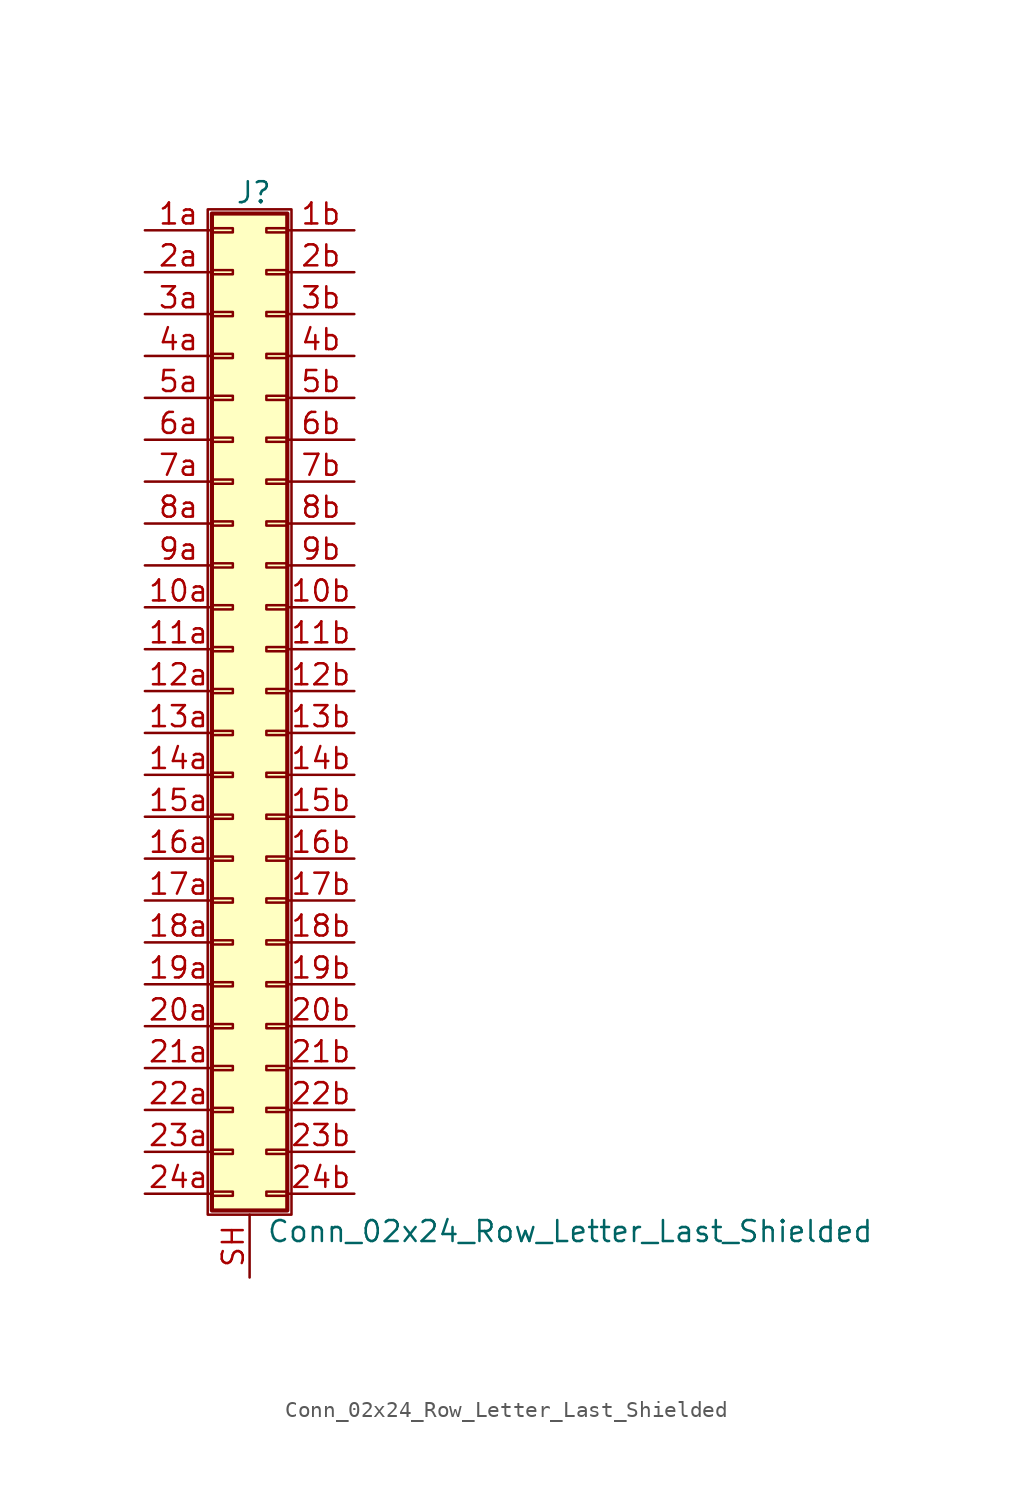
<source format=kicad_sym>
(kicad_symbol_lib
  (version 20211014)
  (generator kicad_symbol_editor)
  (symbol "Conn_02x24_Row_Letter_Last_Shielded"
    (pin_names
      (offset 1.016) hide)
    (property "Reference" "J"
      (at 1.524 30.226 0)
      (effects (font (size 1.27 1.27))))
    (property "Value" "Conn_02x24_Row_Letter_Last_Shielded"
      (at 2.286 -32.766 0)
      (effects (font (size 1.27 1.27)) (justify left)))
    (symbol "Conn_02x24_Row_Letter_Last_Shielded_1_1"
      (rectangle (start -1.27 29.21) (end 3.81 -31.75) (stroke (width 0.152) (type default) (color 0 0 0 0)) (fill (type none)))
      (rectangle (start -1.016 -30.353) (end 0.254 -30.607) (stroke (width 0.152) (type default) (color 0 0 0 0)) (fill (type none)))
      (rectangle (start -1.016 -27.813) (end 0.254 -28.067) (stroke (width 0.152) (type default) (color 0 0 0 0)) (fill (type none)))
      (rectangle (start -1.016 -25.273) (end 0.254 -25.527) (stroke (width 0.152) (type default) (color 0 0 0 0)) (fill (type none)))
      (rectangle (start -1.016 -22.733) (end 0.254 -22.987) (stroke (width 0.152) (type default) (color 0 0 0 0)) (fill (type none)))
      (rectangle (start -1.016 -20.193) (end 0.254 -20.447) (stroke (width 0.152) (type default) (color 0 0 0 0)) (fill (type none)))
      (rectangle (start -1.016 -17.653) (end 0.254 -17.907) (stroke (width 0.152) (type default) (color 0 0 0 0)) (fill (type none)))
      (rectangle (start -1.016 -15.113) (end 0.254 -15.367) (stroke (width 0.152) (type default) (color 0 0 0 0)) (fill (type none)))
      (rectangle (start -1.016 -12.573) (end 0.254 -12.827) (stroke (width 0.152) (type default) (color 0 0 0 0)) (fill (type none)))
      (rectangle (start -1.016 -10.033) (end 0.254 -10.287) (stroke (width 0.152) (type default) (color 0 0 0 0)) (fill (type none)))
      (rectangle (start -1.016 -7.493) (end 0.254 -7.747) (stroke (width 0.152) (type default) (color 0 0 0 0)) (fill (type none)))
      (rectangle (start -1.016 -4.953) (end 0.254 -5.207) (stroke (width 0.152) (type default) (color 0 0 0 0)) (fill (type none)))
      (rectangle (start -1.016 -2.413) (end 0.254 -2.667) (stroke (width 0.152) (type default) (color 0 0 0 0)) (fill (type none)))
      (rectangle (start -1.016 0.127) (end 0.254 -0.127) (stroke (width 0.152) (type default) (color 0 0 0 0)) (fill (type none)))
      (rectangle (start -1.016 2.667) (end 0.254 2.413) (stroke (width 0.152) (type default) (color 0 0 0 0)) (fill (type none)))
      (rectangle (start -1.016 5.207) (end 0.254 4.953) (stroke (width 0.152) (type default) (color 0 0 0 0)) (fill (type none)))
      (rectangle (start -1.016 7.747) (end 0.254 7.493) (stroke (width 0.152) (type default) (color 0 0 0 0)) (fill (type none)))
      (rectangle (start -1.016 10.287) (end 0.254 10.033) (stroke (width 0.152) (type default) (color 0 0 0 0)) (fill (type none)))
      (rectangle (start -1.016 12.827) (end 0.254 12.573) (stroke (width 0.152) (type default) (color 0 0 0 0)) (fill (type none)))
      (rectangle (start -1.016 15.367) (end 0.254 15.113) (stroke (width 0.152) (type default) (color 0 0 0 0)) (fill (type none)))
      (rectangle (start -1.016 17.907) (end 0.254 17.653) (stroke (width 0.152) (type default) (color 0 0 0 0)) (fill (type none)))
      (rectangle (start -1.016 20.447) (end 0.254 20.193) (stroke (width 0.152) (type default) (color 0 0 0 0)) (fill (type none)))
      (rectangle (start -1.016 22.987) (end 0.254 22.733) (stroke (width 0.152) (type default) (color 0 0 0 0)) (fill (type none)))
      (rectangle (start -1.016 25.527) (end 0.254 25.273) (stroke (width 0.152) (type default) (color 0 0 0 0)) (fill (type none)))
      (rectangle (start -1.016 28.067) (end 0.254 27.813) (stroke (width 0.152) (type default) (color 0 0 0 0)) (fill (type none)))
      (rectangle (start -1.016 28.956) (end 3.556 -31.496) (stroke (width 0.254) (type default) (color 0 0 0 0)) (fill (type background)))
      (rectangle (start 3.556 -30.353) (end 2.286 -30.607) (stroke (width 0.152) (type default) (color 0 0 0 0)) (fill (type none)))
      (rectangle (start 3.556 -27.813) (end 2.286 -28.067) (stroke (width 0.152) (type default) (color 0 0 0 0)) (fill (type none)))
      (rectangle (start 3.556 -25.273) (end 2.286 -25.527) (stroke (width 0.152) (type default) (color 0 0 0 0)) (fill (type none)))
      (rectangle (start 3.556 -22.733) (end 2.286 -22.987) (stroke (width 0.152) (type default) (color 0 0 0 0)) (fill (type none)))
      (rectangle (start 3.556 -20.193) (end 2.286 -20.447) (stroke (width 0.152) (type default) (color 0 0 0 0)) (fill (type none)))
      (rectangle (start 3.556 -17.653) (end 2.286 -17.907) (stroke (width 0.152) (type default) (color 0 0 0 0)) (fill (type none)))
      (rectangle (start 3.556 -15.113) (end 2.286 -15.367) (stroke (width 0.152) (type default) (color 0 0 0 0)) (fill (type none)))
      (rectangle (start 3.556 -12.573) (end 2.286 -12.827) (stroke (width 0.152) (type default) (color 0 0 0 0)) (fill (type none)))
      (rectangle (start 3.556 -10.033) (end 2.286 -10.287) (stroke (width 0.152) (type default) (color 0 0 0 0)) (fill (type none)))
      (rectangle (start 3.556 -7.493) (end 2.286 -7.747) (stroke (width 0.152) (type default) (color 0 0 0 0)) (fill (type none)))
      (rectangle (start 3.556 -4.953) (end 2.286 -5.207) (stroke (width 0.152) (type default) (color 0 0 0 0)) (fill (type none)))
      (rectangle (start 3.556 -2.413) (end 2.286 -2.667) (stroke (width 0.152) (type default) (color 0 0 0 0)) (fill (type none)))
      (rectangle (start 3.556 0.127) (end 2.286 -0.127) (stroke (width 0.152) (type default) (color 0 0 0 0)) (fill (type none)))
      (rectangle (start 3.556 2.667) (end 2.286 2.413) (stroke (width 0.152) (type default) (color 0 0 0 0)) (fill (type none)))
      (rectangle (start 3.556 5.207) (end 2.286 4.953) (stroke (width 0.152) (type default) (color 0 0 0 0)) (fill (type none)))
      (rectangle (start 3.556 7.747) (end 2.286 7.493) (stroke (width 0.152) (type default) (color 0 0 0 0)) (fill (type none)))
      (rectangle (start 3.556 10.287) (end 2.286 10.033) (stroke (width 0.152) (type default) (color 0 0 0 0)) (fill (type none)))
      (rectangle (start 3.556 12.827) (end 2.286 12.573) (stroke (width 0.152) (type default) (color 0 0 0 0)) (fill (type none)))
      (rectangle (start 3.556 15.367) (end 2.286 15.113) (stroke (width 0.152) (type default) (color 0 0 0 0)) (fill (type none)))
      (rectangle (start 3.556 17.907) (end 2.286 17.653) (stroke (width 0.152) (type default) (color 0 0 0 0)) (fill (type none)))
      (rectangle (start 3.556 20.447) (end 2.286 20.193) (stroke (width 0.152) (type default) (color 0 0 0 0)) (fill (type none)))
      (rectangle (start 3.556 22.987) (end 2.286 22.733) (stroke (width 0.152) (type default) (color 0 0 0 0)) (fill (type none)))
      (rectangle (start 3.556 25.527) (end 2.286 25.273) (stroke (width 0.152) (type default) (color 0 0 0 0)) (fill (type none)))
      (rectangle (start 3.556 28.067) (end 2.286 27.813) (stroke (width 0.152) (type default) (color 0 0 0 0)) (fill (type none)))
      (pin passive line (at -5.08 5.08 0) (length 4.064) (name "Pin_10a" (effects (font (size 1.27 1.27)))) (number "10a" (effects (font (size 1.27 1.27)))))
      (pin passive line (at 7.62 5.08 180) (length 4.064) (name "Pin_10b" (effects (font (size 1.27 1.27)))) (number "10b" (effects (font (size 1.27 1.27)))))
      (pin passive line (at -5.08 2.54 0) (length 4.064) (name "Pin_11a" (effects (font (size 1.27 1.27)))) (number "11a" (effects (font (size 1.27 1.27)))))
      (pin passive line (at 7.62 2.54 180) (length 4.064) (name "Pin_11b" (effects (font (size 1.27 1.27)))) (number "11b" (effects (font (size 1.27 1.27)))))
      (pin passive line (at -5.08 0 0) (length 4.064) (name "Pin_12a" (effects (font (size 1.27 1.27)))) (number "12a" (effects (font (size 1.27 1.27)))))
      (pin passive line (at 7.62 0 180) (length 4.064) (name "Pin_12b" (effects (font (size 1.27 1.27)))) (number "12b" (effects (font (size 1.27 1.27)))))
      (pin passive line (at -5.08 -2.54 0) (length 4.064) (name "Pin_13a" (effects (font (size 1.27 1.27)))) (number "13a" (effects (font (size 1.27 1.27)))))
      (pin passive line (at 7.62 -2.54 180) (length 4.064) (name "Pin_13b" (effects (font (size 1.27 1.27)))) (number "13b" (effects (font (size 1.27 1.27)))))
      (pin passive line (at -5.08 -5.08 0) (length 4.064) (name "Pin_14a" (effects (font (size 1.27 1.27)))) (number "14a" (effects (font (size 1.27 1.27)))))
      (pin passive line (at 7.62 -5.08 180) (length 4.064) (name "Pin_14b" (effects (font (size 1.27 1.27)))) (number "14b" (effects (font (size 1.27 1.27)))))
      (pin passive line (at -5.08 -7.62 0) (length 4.064) (name "Pin_15a" (effects (font (size 1.27 1.27)))) (number "15a" (effects (font (size 1.27 1.27)))))
      (pin passive line (at 7.62 -7.62 180) (length 4.064) (name "Pin_15b" (effects (font (size 1.27 1.27)))) (number "15b" (effects (font (size 1.27 1.27)))))
      (pin passive line (at -5.08 -10.16 0) (length 4.064) (name "Pin_16a" (effects (font (size 1.27 1.27)))) (number "16a" (effects (font (size 1.27 1.27)))))
      (pin passive line (at 7.62 -10.16 180) (length 4.064) (name "Pin_16b" (effects (font (size 1.27 1.27)))) (number "16b" (effects (font (size 1.27 1.27)))))
      (pin passive line (at -5.08 -12.7 0) (length 4.064) (name "Pin_17a" (effects (font (size 1.27 1.27)))) (number "17a" (effects (font (size 1.27 1.27)))))
      (pin passive line (at 7.62 -12.7 180) (length 4.064) (name "Pin_17b" (effects (font (size 1.27 1.27)))) (number "17b" (effects (font (size 1.27 1.27)))))
      (pin passive line (at -5.08 -15.24 0) (length 4.064) (name "Pin_18a" (effects (font (size 1.27 1.27)))) (number "18a" (effects (font (size 1.27 1.27)))))
      (pin passive line (at 7.62 -15.24 180) (length 4.064) (name "Pin_18b" (effects (font (size 1.27 1.27)))) (number "18b" (effects (font (size 1.27 1.27)))))
      (pin passive line (at -5.08 -17.78 0) (length 4.064) (name "Pin_19a" (effects (font (size 1.27 1.27)))) (number "19a" (effects (font (size 1.27 1.27)))))
      (pin passive line (at 7.62 -17.78 180) (length 4.064) (name "Pin_19b" (effects (font (size 1.27 1.27)))) (number "19b" (effects (font (size 1.27 1.27)))))
      (pin passive line (at -5.08 27.94 0) (length 4.064) (name "Pin_1a" (effects (font (size 1.27 1.27)))) (number "1a" (effects (font (size 1.27 1.27)))))
      (pin passive line (at 7.62 27.94 180) (length 4.064) (name "Pin_1b" (effects (font (size 1.27 1.27)))) (number "1b" (effects (font (size 1.27 1.27)))))
      (pin passive line (at -5.08 -20.32 0) (length 4.064) (name "Pin_20a" (effects (font (size 1.27 1.27)))) (number "20a" (effects (font (size 1.27 1.27)))))
      (pin passive line (at 7.62 -20.32 180) (length 4.064) (name "Pin_20b" (effects (font (size 1.27 1.27)))) (number "20b" (effects (font (size 1.27 1.27)))))
      (pin passive line (at -5.08 -22.86 0) (length 4.064) (name "Pin_21a" (effects (font (size 1.27 1.27)))) (number "21a" (effects (font (size 1.27 1.27)))))
      (pin passive line (at 7.62 -22.86 180) (length 4.064) (name "Pin_21b" (effects (font (size 1.27 1.27)))) (number "21b" (effects (font (size 1.27 1.27)))))
      (pin passive line (at -5.08 -25.4 0) (length 4.064) (name "Pin_22a" (effects (font (size 1.27 1.27)))) (number "22a" (effects (font (size 1.27 1.27)))))
      (pin passive line (at 7.62 -25.4 180) (length 4.064) (name "Pin_22b" (effects (font (size 1.27 1.27)))) (number "22b" (effects (font (size 1.27 1.27)))))
      (pin passive line (at -5.08 -27.94 0) (length 4.064) (name "Pin_23a" (effects (font (size 1.27 1.27)))) (number "23a" (effects (font (size 1.27 1.27)))))
      (pin passive line (at 7.62 -27.94 180) (length 4.064) (name "Pin_23b" (effects (font (size 1.27 1.27)))) (number "23b" (effects (font (size 1.27 1.27)))))
      (pin passive line (at -5.08 -30.48 0) (length 4.064) (name "Pin_24a" (effects (font (size 1.27 1.27)))) (number "24a" (effects (font (size 1.27 1.27)))))
      (pin passive line (at 7.62 -30.48 180) (length 4.064) (name "Pin_24b" (effects (font (size 1.27 1.27)))) (number "24b" (effects (font (size 1.27 1.27)))))
      (pin passive line (at -5.08 25.4 0) (length 4.064) (name "Pin_2a" (effects (font (size 1.27 1.27)))) (number "2a" (effects (font (size 1.27 1.27)))))
      (pin passive line (at 7.62 25.4 180) (length 4.064) (name "Pin_2b" (effects (font (size 1.27 1.27)))) (number "2b" (effects (font (size 1.27 1.27)))))
      (pin passive line (at -5.08 22.86 0) (length 4.064) (name "Pin_3a" (effects (font (size 1.27 1.27)))) (number "3a" (effects (font (size 1.27 1.27)))))
      (pin passive line (at 7.62 22.86 180) (length 4.064) (name "Pin_3b" (effects (font (size 1.27 1.27)))) (number "3b" (effects (font (size 1.27 1.27)))))
      (pin passive line (at -5.08 20.32 0) (length 4.064) (name "Pin_4a" (effects (font (size 1.27 1.27)))) (number "4a" (effects (font (size 1.27 1.27)))))
      (pin passive line (at 7.62 20.32 180) (length 4.064) (name "Pin_4b" (effects (font (size 1.27 1.27)))) (number "4b" (effects (font (size 1.27 1.27)))))
      (pin passive line (at -5.08 17.78 0) (length 4.064) (name "Pin_5a" (effects (font (size 1.27 1.27)))) (number "5a" (effects (font (size 1.27 1.27)))))
      (pin passive line (at 7.62 17.78 180) (length 4.064) (name "Pin_5b" (effects (font (size 1.27 1.27)))) (number "5b" (effects (font (size 1.27 1.27)))))
      (pin passive line (at -5.08 15.24 0) (length 4.064) (name "Pin_6a" (effects (font (size 1.27 1.27)))) (number "6a" (effects (font (size 1.27 1.27)))))
      (pin passive line (at 7.62 15.24 180) (length 4.064) (name "Pin_6b" (effects (font (size 1.27 1.27)))) (number "6b" (effects (font (size 1.27 1.27)))))
      (pin passive line (at -5.08 12.7 0) (length 4.064) (name "Pin_7a" (effects (font (size 1.27 1.27)))) (number "7a" (effects (font (size 1.27 1.27)))))
      (pin passive line (at 7.62 12.7 180) (length 4.064) (name "Pin_7b" (effects (font (size 1.27 1.27)))) (number "7b" (effects (font (size 1.27 1.27)))))
      (pin passive line (at -5.08 10.16 0) (length 4.064) (name "Pin_8a" (effects (font (size 1.27 1.27)))) (number "8a" (effects (font (size 1.27 1.27)))))
      (pin passive line (at 7.62 10.16 180) (length 4.064) (name "Pin_8b" (effects (font (size 1.27 1.27)))) (number "8b" (effects (font (size 1.27 1.27)))))
      (pin passive line (at -5.08 7.62 0) (length 4.064) (name "Pin_9a" (effects (font (size 1.27 1.27)))) (number "9a" (effects (font (size 1.27 1.27)))))
      (pin passive line (at 7.62 7.62 180) (length 4.064) (name "Pin_9b" (effects (font (size 1.27 1.27)))) (number "9b" (effects (font (size 1.27 1.27)))))
      (pin passive line (at 1.27 -35.56 90) (length 3.81) (name "Shield" (effects (font (size 1.27 1.27)))) (number "SH" (effects (font (size 1.27 1.27))))))))
</source>
